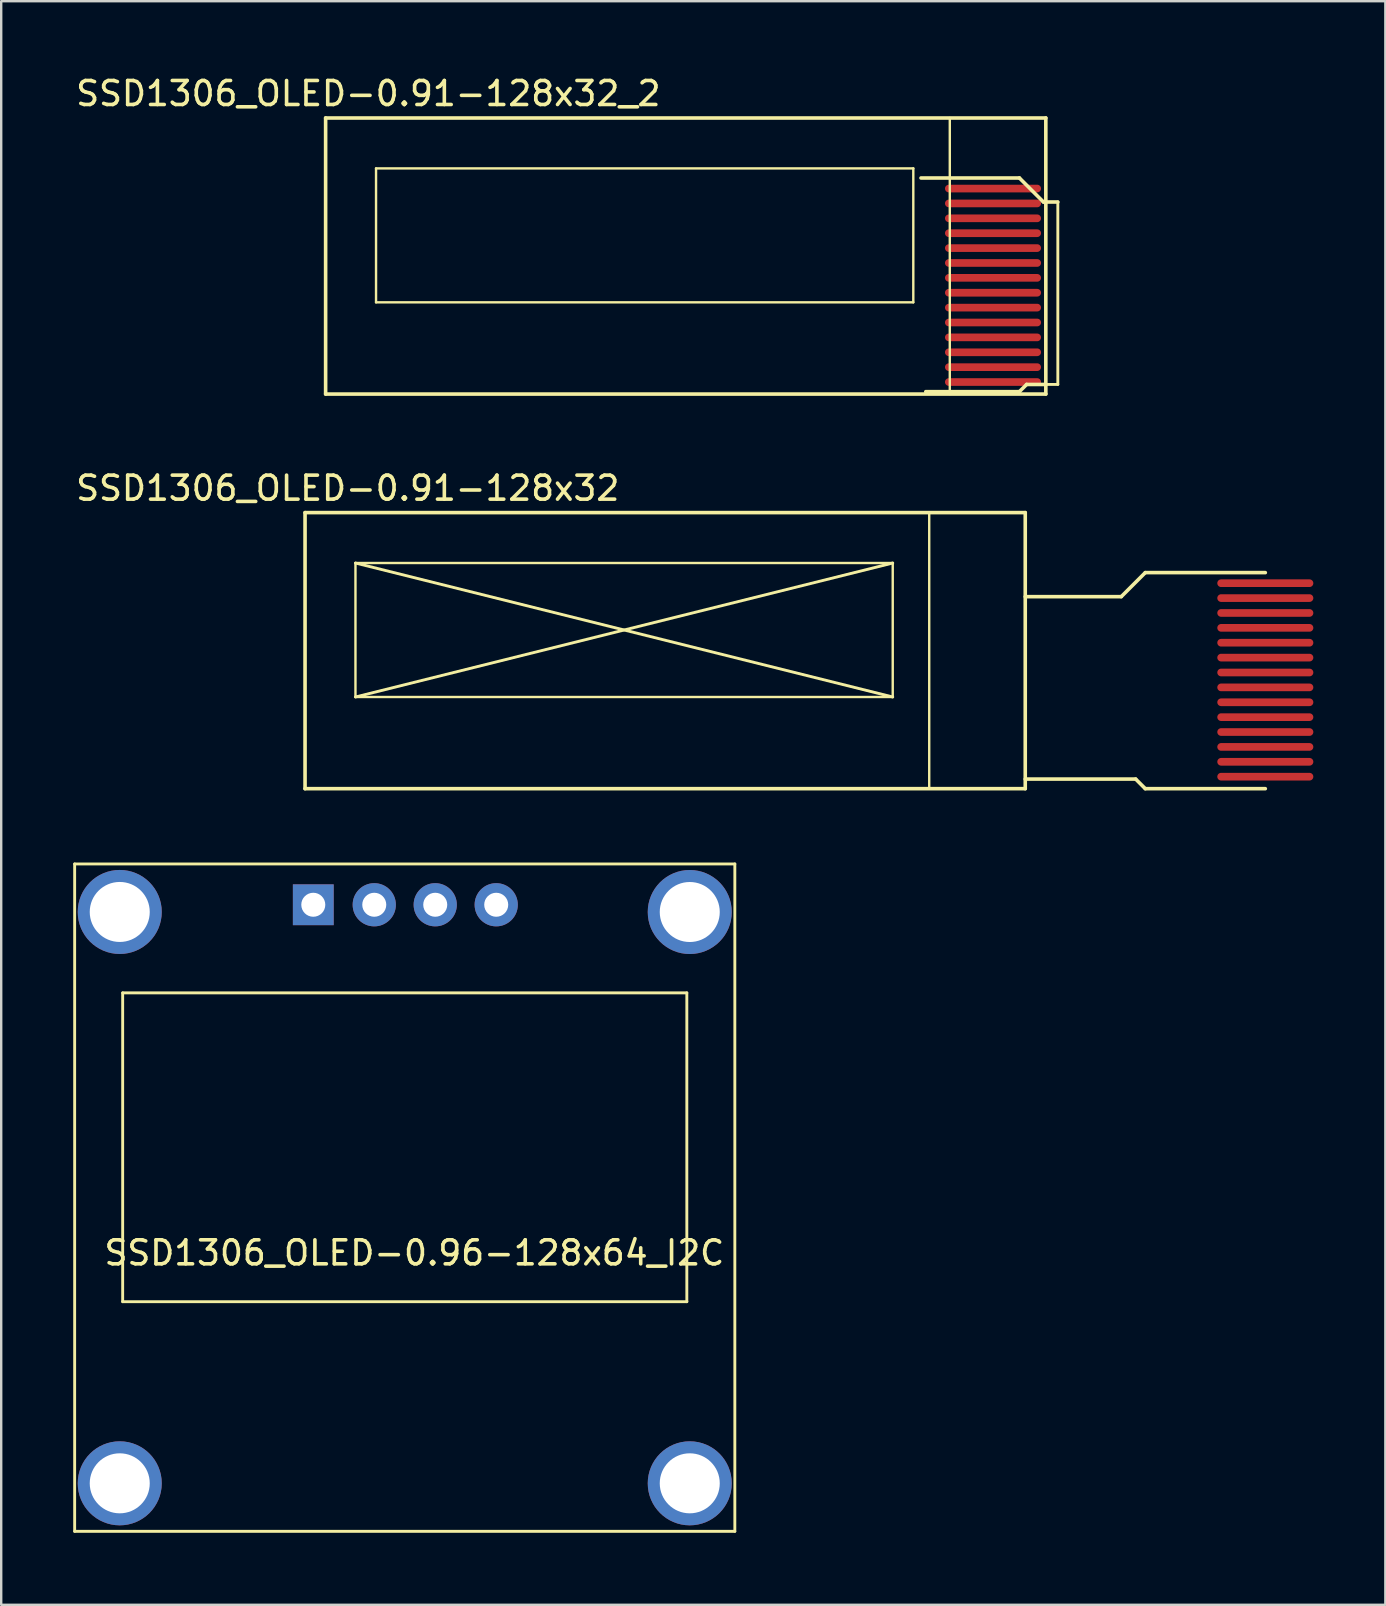
<source format=kicad_pcb>
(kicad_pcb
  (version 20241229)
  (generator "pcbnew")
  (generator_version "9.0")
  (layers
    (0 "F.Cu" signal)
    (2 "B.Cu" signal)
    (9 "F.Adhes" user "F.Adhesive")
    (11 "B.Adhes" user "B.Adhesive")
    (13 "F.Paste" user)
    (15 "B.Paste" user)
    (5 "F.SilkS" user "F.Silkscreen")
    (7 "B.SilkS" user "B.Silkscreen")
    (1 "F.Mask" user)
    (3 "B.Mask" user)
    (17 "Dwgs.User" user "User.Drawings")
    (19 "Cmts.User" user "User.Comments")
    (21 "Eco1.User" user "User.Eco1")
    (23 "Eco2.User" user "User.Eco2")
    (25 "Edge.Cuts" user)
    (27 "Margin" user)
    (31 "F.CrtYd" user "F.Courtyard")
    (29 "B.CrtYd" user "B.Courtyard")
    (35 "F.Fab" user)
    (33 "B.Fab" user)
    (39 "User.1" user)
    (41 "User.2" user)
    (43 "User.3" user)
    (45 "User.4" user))
  (footprint "SSD1306_OLED-0.91-128x32"
    (layer "F.Cu")
    (at 22.957 23.203)
    (property "Reference" "SSD1306_OLED-0.91-128x32" (at -11.522 -5.916 0) (layer "F.SilkS") (effects (font (size 1 1) (thickness 0.15))))
    (attr through_hole)
    (fp_line (start -13.3 -4.9) (end 16.7 -4.9) (stroke (width 0.15) (type solid)) (layer "F.SilkS"))
    (fp_line (start -13.3 6.6) (end -13.3 -4.9) (stroke (width 0.15) (type solid)) (layer "F.SilkS"))
    (fp_line (start -13.3 6.6) (end 16.7 6.6) (stroke (width 0.15) (type solid)) (layer "F.SilkS"))
    (fp_line (start -11.2 -2.8) (end -11.2 2.78) (stroke (width 0.1) (type solid)) (layer "F.SilkS"))
    (fp_line (start -11.2 -2.8) (end 11.18 -2.8) (stroke (width 0.1) (type solid)) (layer "F.SilkS"))
    (fp_line (start -11.2 2.78) (end 11.18 -2.8) (stroke (width 0.12) (type solid)) (layer "F.SilkS"))
    (fp_line (start -11.2 2.78) (end 11.18 2.78) (stroke (width 0.1) (type solid)) (layer "F.SilkS"))
    (fp_line (start 11.18 -2.8) (end 11.18 2.78) (stroke (width 0.1) (type solid)) (layer "F.SilkS"))
    (fp_line (start 11.18 2.78) (end -11.2 -2.8) (stroke (width 0.12) (type solid)) (layer "F.SilkS"))
    (fp_line (start 12.7 -4.9) (end 12.7 6.6) (stroke (width 0.1) (type solid)) (layer "F.SilkS"))
    (fp_line (start 16.7 -4.9) (end 16.7 6.6) (stroke (width 0.15) (type solid)) (layer "F.SilkS"))
    (fp_line (start 20.7 -1.4) (end 16.7 -1.4) (stroke (width 0.15) (type solid)) (layer "F.SilkS"))
    (fp_line (start 21.3 6.2) (end 16.7 6.2) (stroke (width 0.15) (type solid)) (layer "F.SilkS"))
    (fp_line (start 21.7 -2.4) (end 20.7 -1.4) (stroke (width 0.15) (type solid)) (layer "F.SilkS"))
    (fp_line (start 21.7 6.6) (end 21.3 6.2) (stroke (width 0.15) (type solid)) (layer "F.SilkS"))
    (fp_line (start 26.7 -2.4) (end 21.7 -2.4) (stroke (width 0.15) (type solid)) (layer "F.SilkS"))
    (fp_line (start 26.7 6.6) (end 21.7 6.6) (stroke (width 0.15) (type solid)) (layer "F.SilkS"))
    (pad "1" smd oval (at 26.7 6.1) (size 4 0.32) (layers "F.Cu" "F.Mask" "F.Paste"))
    (pad "2" smd oval (at 26.7 5.48) (size 4 0.32) (layers "F.Cu" "F.Mask" "F.Paste"))
    (pad "3" smd oval (at 26.7 4.86) (size 4 0.32) (layers "F.Cu" "F.Mask" "F.Paste"))
    (pad "4" smd oval (at 26.7 4.24) (size 4 0.32) (layers "F.Cu" "F.Mask" "F.Paste"))
    (pad "5" smd oval (at 26.7 3.62) (size 4 0.32) (layers "F.Cu" "F.Mask" "F.Paste"))
    (pad "6" smd oval (at 26.7 3) (size 4 0.32) (layers "F.Cu" "F.Mask" "F.Paste"))
    (pad "7" smd oval (at 26.7 2.38) (size 4 0.32) (layers "F.Cu" "F.Mask" "F.Paste"))
    (pad "8" smd oval (at 26.7 1.76) (size 4 0.32) (layers "F.Cu" "F.Mask" "F.Paste"))
    (pad "9" smd oval (at 26.7 1.14) (size 4 0.32) (layers "F.Cu" "F.Mask" "F.Paste"))
    (pad "10" smd oval (at 26.7 0.52) (size 4 0.32) (layers "F.Cu" "F.Mask" "F.Paste"))
    (pad "11" smd oval (at 26.7 -0.1) (size 4 0.32) (layers "F.Cu" "F.Mask" "F.Paste"))
    (pad "12" smd oval (at 26.7 -0.72) (size 4 0.32) (layers "F.Cu" "F.Mask" "F.Paste"))
    (pad "13" smd oval (at 26.7 -1.34) (size 4 0.32) (layers "F.Cu" "F.Mask" "F.Paste"))
    (pad "14" smd oval (at 26.7 -1.96) (size 4 0.32) (layers "F.Cu" "F.Mask" "F.Paste")))
  (footprint "SSD1306_OLED-0.91-128x32_2"
    (layer "F.Cu")
    (at 23.814 6.764)
    (property "Reference" "SSD1306_OLED-0.91-128x32_2" (at -11.522 -5.916 0) (layer "F.SilkS") (effects (font (size 1 1) (thickness 0.15))))
    (attr through_hole)
    (fp_line (start -13.3 -4.9) (end 16.7 -4.9) (stroke (width 0.15) (type solid)) (layer "F.SilkS"))
    (fp_line (start -13.3 6.6) (end -13.3 -4.9) (stroke (width 0.15) (type solid)) (layer "F.SilkS"))
    (fp_line (start -13.3 6.6) (end 16.7 6.6) (stroke (width 0.15) (type solid)) (layer "F.SilkS"))
    (fp_line (start -11.2 -2.8) (end -11.2 2.78) (stroke (width 0.1) (type solid)) (layer "F.SilkS"))
    (fp_line (start -11.2 -2.8) (end 11.18 -2.8) (stroke (width 0.1) (type solid)) (layer "F.SilkS"))
    (fp_line (start -11.2 2.78) (end 11.18 2.78) (stroke (width 0.1) (type solid)) (layer "F.SilkS"))
    (fp_line (start 11.18 -2.8) (end 11.18 2.78) (stroke (width 0.1) (type solid)) (layer "F.SilkS"))
    (fp_line (start 12.7 -4.9) (end 12.7 6.6) (stroke (width 0.1) (type solid)) (layer "F.SilkS"))
    (fp_line (start 15.6 -2.4) (end 11.5 -2.4) (stroke (width 0.15) (type solid)) (layer "F.SilkS"))
    (fp_line (start 15.6 -2.4) (end 16.6 -1.4) (stroke (width 0.15) (type solid)) (layer "F.SilkS"))
    (fp_line (start 15.6 6.5) (end 11.7 6.5) (stroke (width 0.15) (type solid)) (layer "F.SilkS"))
    (fp_line (start 15.6 6.5) (end 15.9 6.2) (stroke (width 0.15) (type solid)) (layer "F.SilkS"))
    (fp_line (start 15.9 6.2) (end 16.7 6.2) (stroke (width 0.15) (type solid)) (layer "F.SilkS"))
    (fp_line (start 16.7 -4.9) (end 16.7 6.6) (stroke (width 0.15) (type solid)) (layer "F.SilkS"))
    (fp_line (start 17.2 -1.4) (end 16.6 -1.4) (stroke (width 0.15) (type solid)) (layer "F.SilkS"))
    (fp_line (start 17.2 -1.4) (end 17.2 6.2) (stroke (width 0.12) (type solid)) (layer "F.SilkS"))
    (fp_line (start 17.2 6.2) (end 16.7 6.2) (stroke (width 0.12) (type solid)) (layer "F.SilkS"))
    (pad "1" smd oval (at 14.5 6.1) (size 4 0.32) (layers "F.Cu" "F.Mask" "F.Paste"))
    (pad "2" smd oval (at 14.5 5.48) (size 4 0.32) (layers "F.Cu" "F.Mask" "F.Paste"))
    (pad "3" smd oval (at 14.5 4.86) (size 4 0.32) (layers "F.Cu" "F.Mask" "F.Paste"))
    (pad "4" smd oval (at 14.5 4.24) (size 4 0.32) (layers "F.Cu" "F.Mask" "F.Paste"))
    (pad "5" smd oval (at 14.5 3.62) (size 4 0.32) (layers "F.Cu" "F.Mask" "F.Paste"))
    (pad "6" smd oval (at 14.5 3) (size 4 0.32) (layers "F.Cu" "F.Mask" "F.Paste"))
    (pad "7" smd oval (at 14.5 2.38) (size 4 0.32) (layers "F.Cu" "F.Mask" "F.Paste"))
    (pad "8" smd oval (at 14.5 1.76) (size 4 0.32) (layers "F.Cu" "F.Mask" "F.Paste"))
    (pad "9" smd oval (at 14.5 1.14) (size 4 0.32) (layers "F.Cu" "F.Mask" "F.Paste"))
    (pad "10" smd oval (at 14.5 0.52) (size 4 0.32) (layers "F.Cu" "F.Mask" "F.Paste"))
    (pad "11" smd oval (at 14.5 -0.1) (size 4 0.32) (layers "F.Cu" "F.Mask" "F.Paste"))
    (pad "12" smd oval (at 14.5 -0.72) (size 4 0.32) (layers "F.Cu" "F.Mask" "F.Paste"))
    (pad "13" smd oval (at 14.5 -1.34) (size 4 0.32) (layers "F.Cu" "F.Mask" "F.Paste"))
    (pad "14" smd oval (at 14.5 -1.96) (size 4 0.32) (layers "F.Cu" "F.Mask" "F.Paste")))
  (footprint "SSD1306_OLED-0.96-128x64_I2C"
    (layer "F.Cu")
    (at 13.81 44.74)
    (property "Reference" "SSD1306_OLED-0.96-128x64_I2C" (at 0.4 4.4 0) (layer "F.SilkS") (effects (font (size 1 1) (thickness 0.15))))
    (attr through_hole)
    (fp_line (start -13.75 -11.802) (end -13.75 15.998) (stroke (width 0.12) (type solid)) (layer "F.SilkS"))
    (fp_line (start -13.75 -11.802) (end 13.75 -11.802) (stroke (width 0.12) (type solid)) (layer "F.SilkS"))
    (fp_line (start -13.75 15.998) (end 13.75 15.998) (stroke (width 0.12) (type solid)) (layer "F.SilkS"))
    (fp_line (start -11.75 -6.432) (end -11.75 6.432) (stroke (width 0.12) (type solid)) (layer "F.SilkS"))
    (fp_line (start -11.75 -6.432) (end 11.75 -6.432) (stroke (width 0.12) (type solid)) (layer "F.SilkS"))
    (fp_line (start -11.75 6.432) (end 11.75 6.432) (stroke (width 0.12) (type solid)) (layer "F.SilkS"))
    (fp_line (start 11.75 6.432) (end 11.75 -6.432) (stroke (width 0.12) (type solid)) (layer "F.SilkS"))
    (fp_line (start 13.75 15.998) (end 13.75 -11.802) (stroke (width 0.12) (type solid)) (layer "F.SilkS"))
    (pad "" thru_hole circle (at -11.872 -9.802) (size 3.5 3.5) (drill 2.5) (layers "*.Cu" "*.Mask"))
    (pad "" thru_hole circle (at -11.872 13.998) (size 3.5 3.5) (drill 2.5) (layers "*.Cu" "*.Mask"))
    (pad "" thru_hole circle (at 11.872 -9.8) (size 3.5 3.5) (drill 2.5) (layers "*.Cu" "*.Mask"))
    (pad "" thru_hole circle (at 11.872 13.998) (size 3.5 3.5) (drill 2.5) (layers "*.Cu" "*.Mask"))
    (pad "1" thru_hole rect (at -3.81 -10.102) (size 1.7 1.7) (drill 1) (layers "*.Cu" "*.Mask"))
    (pad "2" thru_hole circle (at -1.27 -10.102) (size 1.8 1.8) (drill 1) (layers "*.Cu" "*.Mask"))
    (pad "3" thru_hole circle (at 1.27 -10.102) (size 1.8 1.8) (drill 1) (layers "*.Cu" "*.Mask"))
    (pad "4" thru_hole circle (at 3.81 -10.102) (size 1.8 1.8) (drill 1) (layers "*.Cu" "*.Mask")))
  (gr_rect
    (start -3 -3)
    (end 54.657 63.798)
    (stroke (width 0.1) (type default))
    (fill no)
    (layer "Edge.Cuts")))
</source>
